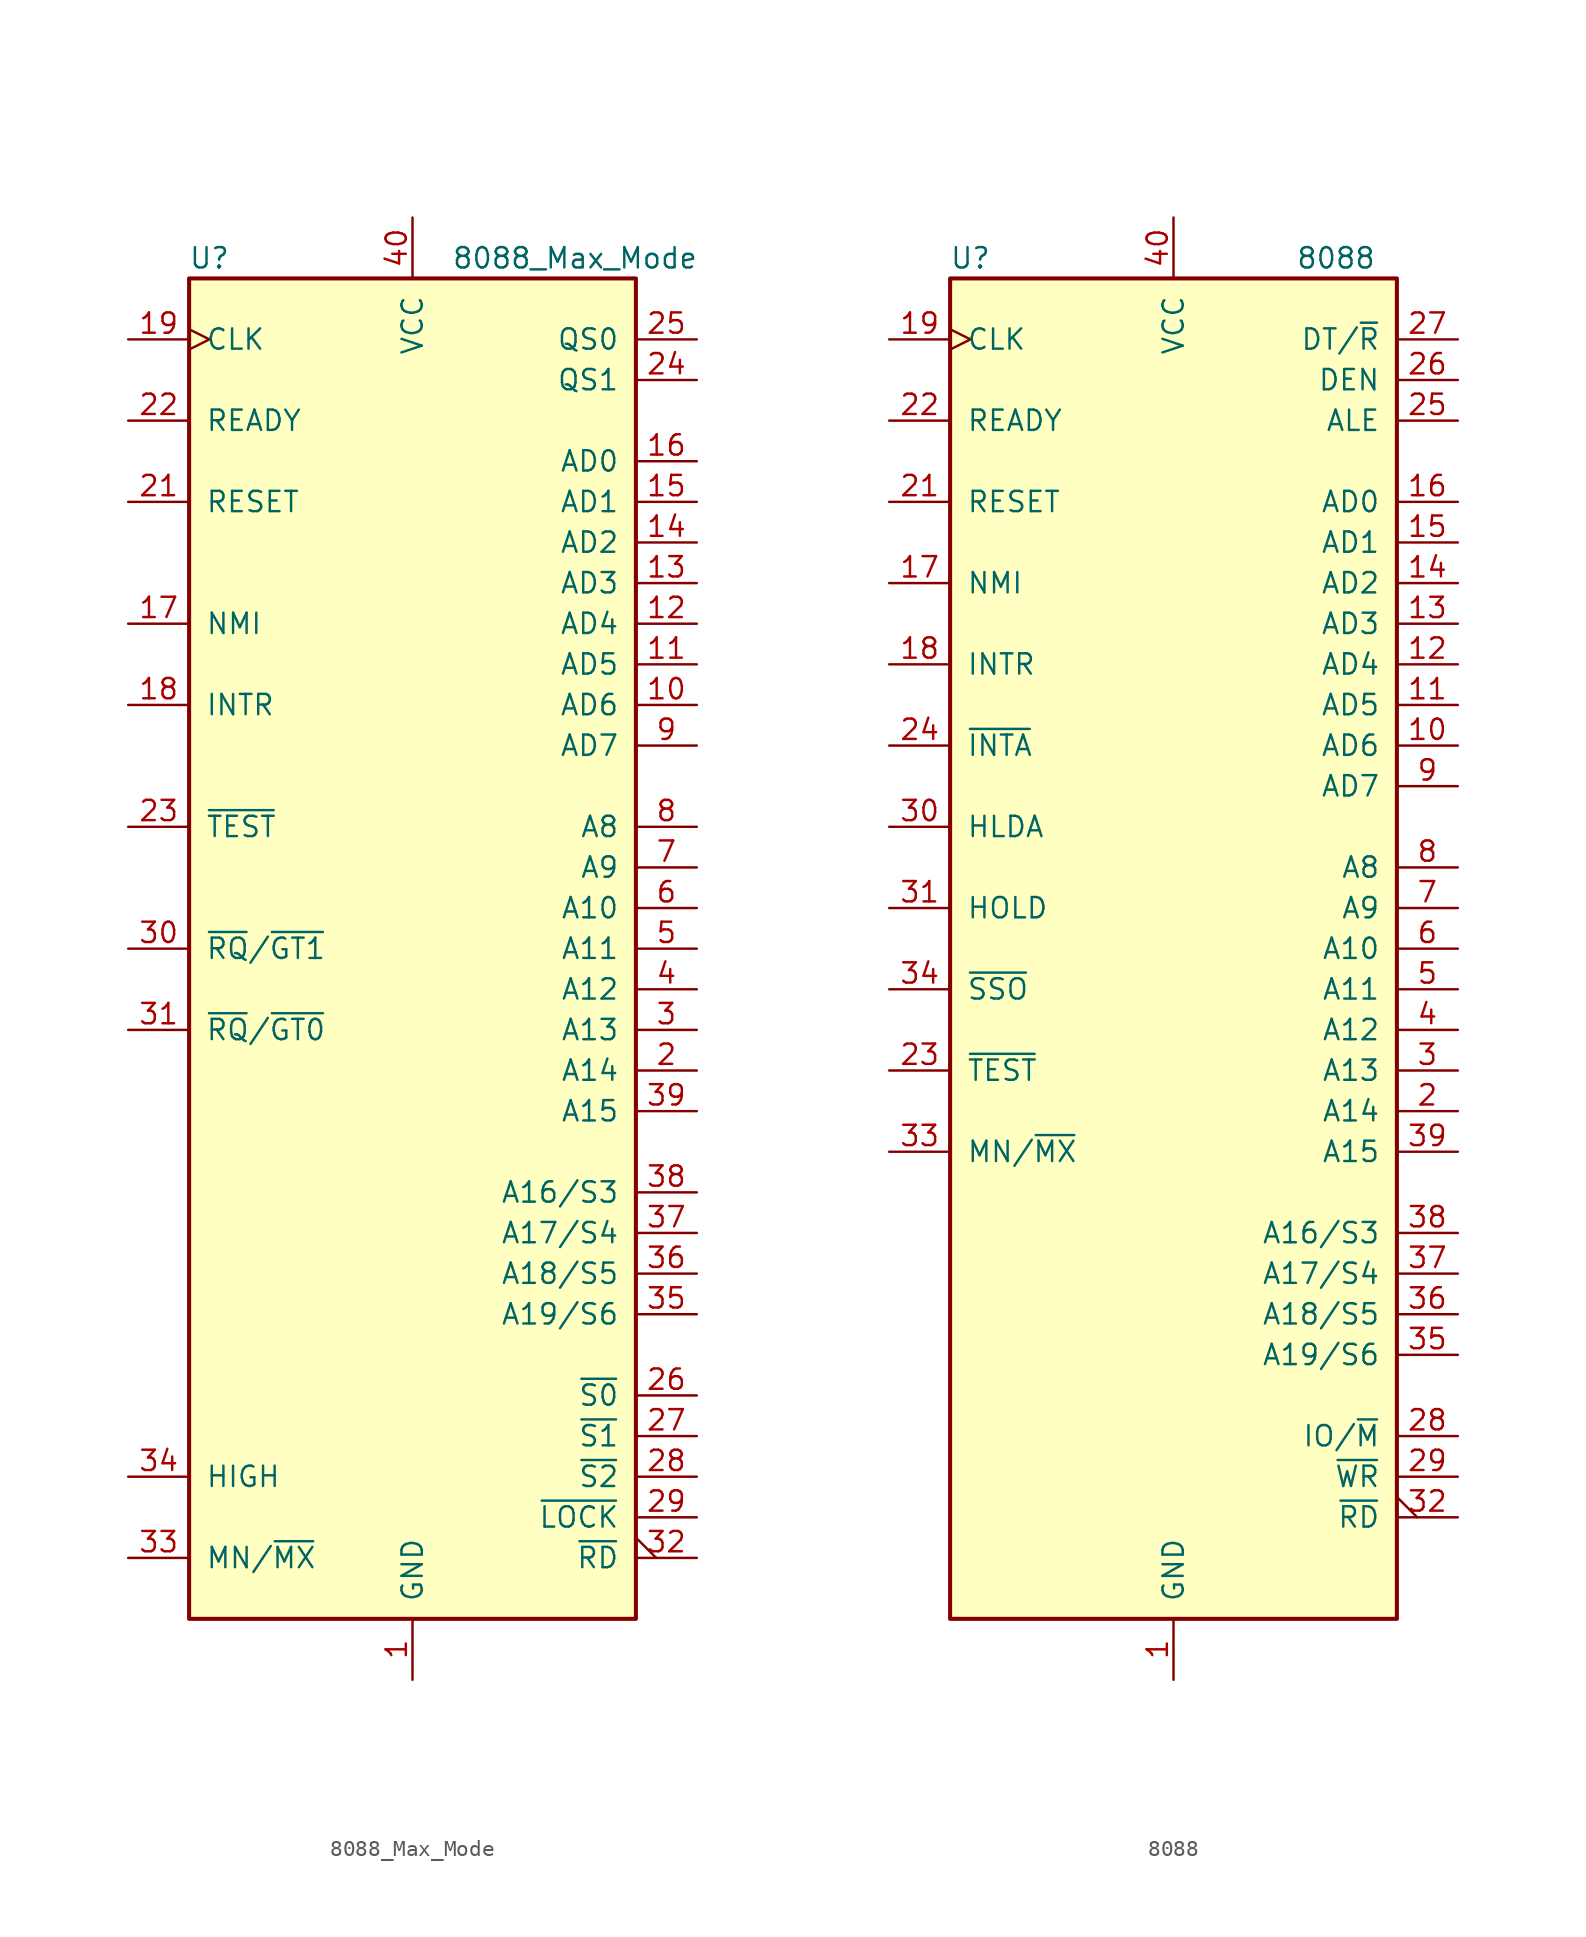
<source format=kicad_sym>
(kicad_symbol_lib
  (version 20241209)
  (generator "kicad_symbol_editor")
  (generator_version "9.0")
  (symbol "8088_Max_Mode"
    (pin_names
      (offset 1.016))
    (property "Reference" "U"
      (at -12.7 43.18 0)
      (effects (font (size 1.27 1.27))))
    (property "Value" "8088_Max_Mode"
      (at 10.16 43.18 0)
      (effects (font (size 1.27 1.27))))
    (symbol "8088_Max_Mode_0_1"
      (rectangle (start 13.97 -41.91) (end -13.97 41.91) (stroke (width 0.254) (type default)) (fill (type background))))
    (symbol "8088_Max_Mode_1_1"
      (pin input clock (at -17.78 38.1 0) (length 3.81) (name "CLK" (effects (font (size 1.27 1.27)))) (number "19" (effects (font (size 1.27 1.27)))))
      (pin input line (at -17.78 33.02 0) (length 3.81) (name "READY" (effects (font (size 1.27 1.27)))) (number "22" (effects (font (size 1.27 1.27)))))
      (pin input line (at -17.78 27.94 0) (length 3.81) (name "RESET" (effects (font (size 1.27 1.27)))) (number "21" (effects (font (size 1.27 1.27)))))
      (pin input line (at -17.78 20.32 0) (length 3.81) (name "NMI" (effects (font (size 1.27 1.27)))) (number "17" (effects (font (size 1.27 1.27)))))
      (pin input line (at -17.78 15.24 0) (length 3.81) (name "INTR" (effects (font (size 1.27 1.27)))) (number "18" (effects (font (size 1.27 1.27)))))
      (pin input line (at -17.78 7.62 0) (length 3.81) (name "~{TEST}" (effects (font (size 1.27 1.27)))) (number "23" (effects (font (size 1.27 1.27)))))
      (pin bidirectional line (at -17.78 0 0) (length 3.81) (name "~{RQ}/~{GT1}" (effects (font (size 1.27 1.27)))) (number "30" (effects (font (size 1.27 1.27)))))
      (pin bidirectional line (at -17.78 -5.08 0) (length 3.81) (name "~{RQ}/~{GT0}" (effects (font (size 1.27 1.27)))) (number "31" (effects (font (size 1.27 1.27)))))
      (pin output line (at -17.78 -33.02 0) (length 3.81) (name "HIGH" (effects (font (size 1.27 1.27)))) (number "34" (effects (font (size 1.27 1.27)))))
      (pin input line (at -17.78 -38.1 0) (length 3.81) (name "MN/~{MX}" (effects (font (size 1.27 1.27)))) (number "33" (effects (font (size 1.27 1.27)))))
      (pin power_in line (at 0 45.72 270) (length 3.81) (name "VCC" (effects (font (size 1.27 1.27)))) (number "40" (effects (font (size 1.27 1.27)))))
      (pin power_in line (at 0 -45.72 90) (length 3.81) (name "GND" (effects (font (size 1.27 1.27)))) (number "1" (effects (font (size 1.27 1.27)))))
      (pin passive line (at 0 -45.72 90) (length 3.81) (hide yes) (name "GND" (effects (font (size 1.27 1.27)))) (number "20" (effects (font (size 1.27 1.27)))))
      (pin output line (at 17.78 38.1 180) (length 3.81) (name "QS0" (effects (font (size 1.27 1.27)))) (number "25" (effects (font (size 1.27 1.27)))))
      (pin output line (at 17.78 35.56 180) (length 3.81) (name "QS1" (effects (font (size 1.27 1.27)))) (number "24" (effects (font (size 1.27 1.27)))))
      (pin bidirectional line (at 17.78 30.48 180) (length 3.81) (name "AD0" (effects (font (size 1.27 1.27)))) (number "16" (effects (font (size 1.27 1.27)))))
      (pin bidirectional line (at 17.78 27.94 180) (length 3.81) (name "AD1" (effects (font (size 1.27 1.27)))) (number "15" (effects (font (size 1.27 1.27)))))
      (pin bidirectional line (at 17.78 25.4 180) (length 3.81) (name "AD2" (effects (font (size 1.27 1.27)))) (number "14" (effects (font (size 1.27 1.27)))))
      (pin bidirectional line (at 17.78 22.86 180) (length 3.81) (name "AD3" (effects (font (size 1.27 1.27)))) (number "13" (effects (font (size 1.27 1.27)))))
      (pin bidirectional line (at 17.78 20.32 180) (length 3.81) (name "AD4" (effects (font (size 1.27 1.27)))) (number "12" (effects (font (size 1.27 1.27)))))
      (pin bidirectional line (at 17.78 17.78 180) (length 3.81) (name "AD5" (effects (font (size 1.27 1.27)))) (number "11" (effects (font (size 1.27 1.27)))))
      (pin bidirectional line (at 17.78 15.24 180) (length 3.81) (name "AD6" (effects (font (size 1.27 1.27)))) (number "10" (effects (font (size 1.27 1.27)))))
      (pin bidirectional line (at 17.78 12.7 180) (length 3.81) (name "AD7" (effects (font (size 1.27 1.27)))) (number "9" (effects (font (size 1.27 1.27)))))
      (pin output line (at 17.78 7.62 180) (length 3.81) (name "A8" (effects (font (size 1.27 1.27)))) (number "8" (effects (font (size 1.27 1.27)))))
      (pin output line (at 17.78 5.08 180) (length 3.81) (name "A9" (effects (font (size 1.27 1.27)))) (number "7" (effects (font (size 1.27 1.27)))))
      (pin output line (at 17.78 2.54 180) (length 3.81) (name "A10" (effects (font (size 1.27 1.27)))) (number "6" (effects (font (size 1.27 1.27)))))
      (pin output line (at 17.78 0 180) (length 3.81) (name "A11" (effects (font (size 1.27 1.27)))) (number "5" (effects (font (size 1.27 1.27)))))
      (pin output line (at 17.78 -2.54 180) (length 3.81) (name "A12" (effects (font (size 1.27 1.27)))) (number "4" (effects (font (size 1.27 1.27)))))
      (pin output line (at 17.78 -5.08 180) (length 3.81) (name "A13" (effects (font (size 1.27 1.27)))) (number "3" (effects (font (size 1.27 1.27)))))
      (pin output line (at 17.78 -7.62 180) (length 3.81) (name "A14" (effects (font (size 1.27 1.27)))) (number "2" (effects (font (size 1.27 1.27)))))
      (pin output line (at 17.78 -10.16 180) (length 3.81) (name "A15" (effects (font (size 1.27 1.27)))) (number "39" (effects (font (size 1.27 1.27)))))
      (pin output line (at 17.78 -15.24 180) (length 3.81) (name "A16/S3" (effects (font (size 1.27 1.27)))) (number "38" (effects (font (size 1.27 1.27)))))
      (pin output line (at 17.78 -17.78 180) (length 3.81) (name "A17/S4" (effects (font (size 1.27 1.27)))) (number "37" (effects (font (size 1.27 1.27)))))
      (pin output line (at 17.78 -20.32 180) (length 3.81) (name "A18/S5" (effects (font (size 1.27 1.27)))) (number "36" (effects (font (size 1.27 1.27)))))
      (pin output line (at 17.78 -22.86 180) (length 3.81) (name "A19/S6" (effects (font (size 1.27 1.27)))) (number "35" (effects (font (size 1.27 1.27)))))
      (pin output line (at 17.78 -27.94 180) (length 3.81) (name "~{S0}" (effects (font (size 1.27 1.27)))) (number "26" (effects (font (size 1.27 1.27)))))
      (pin output line (at 17.78 -30.48 180) (length 3.81) (name "~{S1}" (effects (font (size 1.27 1.27)))) (number "27" (effects (font (size 1.27 1.27)))))
      (pin output line (at 17.78 -33.02 180) (length 3.81) (name "~{S2}" (effects (font (size 1.27 1.27)))) (number "28" (effects (font (size 1.27 1.27)))))
      (pin output line (at 17.78 -35.56 180) (length 3.81) (name "~{LOCK}" (effects (font (size 1.27 1.27)))) (number "29" (effects (font (size 1.27 1.27)))))
      (pin output output_low (at 17.78 -38.1 180) (length 3.81) (name "~{RD}" (effects (font (size 1.27 1.27)))) (number "32" (effects (font (size 1.27 1.27)))))))
  (symbol "8088"
    (pin_names
      (offset 1.016))
    (property "Reference" "U"
      (at -12.7 43.18 0)
      (effects (font (size 1.27 1.27))))
    (property "Value" "8088"
      (at 10.16 43.18 0)
      (effects (font (size 1.27 1.27))))
    (symbol "8088_0_1"
      (rectangle (start 13.97 -41.91) (end -13.97 41.91) (stroke (width 0.254) (type default)) (fill (type background))))
    (symbol "8088_1_1"
      (pin input clock (at -17.78 38.1 0) (length 3.81) (name "CLK" (effects (font (size 1.27 1.27)))) (number "19" (effects (font (size 1.27 1.27)))))
      (pin input line (at -17.78 33.02 0) (length 3.81) (name "READY" (effects (font (size 1.27 1.27)))) (number "22" (effects (font (size 1.27 1.27)))))
      (pin input line (at -17.78 27.94 0) (length 3.81) (name "RESET" (effects (font (size 1.27 1.27)))) (number "21" (effects (font (size 1.27 1.27)))))
      (pin input line (at -17.78 22.86 0) (length 3.81) (name "NMI" (effects (font (size 1.27 1.27)))) (number "17" (effects (font (size 1.27 1.27)))))
      (pin input line (at -17.78 17.78 0) (length 3.81) (name "INTR" (effects (font (size 1.27 1.27)))) (number "18" (effects (font (size 1.27 1.27)))))
      (pin output line (at -17.78 12.7 0) (length 3.81) (name "~{INTA}" (effects (font (size 1.27 1.27)))) (number "24" (effects (font (size 1.27 1.27)))))
      (pin output line (at -17.78 7.62 0) (length 3.81) (name "HLDA" (effects (font (size 1.27 1.27)))) (number "30" (effects (font (size 1.27 1.27)))))
      (pin input line (at -17.78 2.54 0) (length 3.81) (name "HOLD" (effects (font (size 1.27 1.27)))) (number "31" (effects (font (size 1.27 1.27)))))
      (pin output line (at -17.78 -2.54 0) (length 3.81) (name "~{SSO}" (effects (font (size 1.27 1.27)))) (number "34" (effects (font (size 1.27 1.27)))))
      (pin input line (at -17.78 -7.62 0) (length 3.81) (name "~{TEST}" (effects (font (size 1.27 1.27)))) (number "23" (effects (font (size 1.27 1.27)))))
      (pin input line (at -17.78 -12.7 0) (length 3.81) (name "MN/~{MX}" (effects (font (size 1.27 1.27)))) (number "33" (effects (font (size 1.27 1.27)))))
      (pin power_in line (at 0 45.72 270) (length 3.81) (name "VCC" (effects (font (size 1.27 1.27)))) (number "40" (effects (font (size 1.27 1.27)))))
      (pin power_in line (at 0 -45.72 90) (length 3.81) (name "GND" (effects (font (size 1.27 1.27)))) (number "1" (effects (font (size 1.27 1.27)))))
      (pin passive line (at 0 -45.72 90) (length 3.81) (hide yes) (name "GND" (effects (font (size 1.27 1.27)))) (number "20" (effects (font (size 1.27 1.27)))))
      (pin output line (at 17.78 38.1 180) (length 3.81) (name "DT/~{R}" (effects (font (size 1.27 1.27)))) (number "27" (effects (font (size 1.27 1.27)))))
      (pin output line (at 17.78 35.56 180) (length 3.81) (name "DEN" (effects (font (size 1.27 1.27)))) (number "26" (effects (font (size 1.27 1.27)))))
      (pin output line (at 17.78 33.02 180) (length 3.81) (name "ALE" (effects (font (size 1.27 1.27)))) (number "25" (effects (font (size 1.27 1.27)))))
      (pin bidirectional line (at 17.78 27.94 180) (length 3.81) (name "AD0" (effects (font (size 1.27 1.27)))) (number "16" (effects (font (size 1.27 1.27)))))
      (pin bidirectional line (at 17.78 25.4 180) (length 3.81) (name "AD1" (effects (font (size 1.27 1.27)))) (number "15" (effects (font (size 1.27 1.27)))))
      (pin bidirectional line (at 17.78 22.86 180) (length 3.81) (name "AD2" (effects (font (size 1.27 1.27)))) (number "14" (effects (font (size 1.27 1.27)))))
      (pin bidirectional line (at 17.78 20.32 180) (length 3.81) (name "AD3" (effects (font (size 1.27 1.27)))) (number "13" (effects (font (size 1.27 1.27)))))
      (pin bidirectional line (at 17.78 17.78 180) (length 3.81) (name "AD4" (effects (font (size 1.27 1.27)))) (number "12" (effects (font (size 1.27 1.27)))))
      (pin bidirectional line (at 17.78 15.24 180) (length 3.81) (name "AD5" (effects (font (size 1.27 1.27)))) (number "11" (effects (font (size 1.27 1.27)))))
      (pin bidirectional line (at 17.78 12.7 180) (length 3.81) (name "AD6" (effects (font (size 1.27 1.27)))) (number "10" (effects (font (size 1.27 1.27)))))
      (pin bidirectional line (at 17.78 10.16 180) (length 3.81) (name "AD7" (effects (font (size 1.27 1.27)))) (number "9" (effects (font (size 1.27 1.27)))))
      (pin output line (at 17.78 5.08 180) (length 3.81) (name "A8" (effects (font (size 1.27 1.27)))) (number "8" (effects (font (size 1.27 1.27)))))
      (pin output line (at 17.78 2.54 180) (length 3.81) (name "A9" (effects (font (size 1.27 1.27)))) (number "7" (effects (font (size 1.27 1.27)))))
      (pin output line (at 17.78 0 180) (length 3.81) (name "A10" (effects (font (size 1.27 1.27)))) (number "6" (effects (font (size 1.27 1.27)))))
      (pin output line (at 17.78 -2.54 180) (length 3.81) (name "A11" (effects (font (size 1.27 1.27)))) (number "5" (effects (font (size 1.27 1.27)))))
      (pin output line (at 17.78 -5.08 180) (length 3.81) (name "A12" (effects (font (size 1.27 1.27)))) (number "4" (effects (font (size 1.27 1.27)))))
      (pin output line (at 17.78 -7.62 180) (length 3.81) (name "A13" (effects (font (size 1.27 1.27)))) (number "3" (effects (font (size 1.27 1.27)))))
      (pin output line (at 17.78 -10.16 180) (length 3.81) (name "A14" (effects (font (size 1.27 1.27)))) (number "2" (effects (font (size 1.27 1.27)))))
      (pin output line (at 17.78 -12.7 180) (length 3.81) (name "A15" (effects (font (size 1.27 1.27)))) (number "39" (effects (font (size 1.27 1.27)))))
      (pin output line (at 17.78 -17.78 180) (length 3.81) (name "A16/S3" (effects (font (size 1.27 1.27)))) (number "38" (effects (font (size 1.27 1.27)))))
      (pin output line (at 17.78 -20.32 180) (length 3.81) (name "A17/S4" (effects (font (size 1.27 1.27)))) (number "37" (effects (font (size 1.27 1.27)))))
      (pin output line (at 17.78 -22.86 180) (length 3.81) (name "A18/S5" (effects (font (size 1.27 1.27)))) (number "36" (effects (font (size 1.27 1.27)))))
      (pin output line (at 17.78 -25.4 180) (length 3.81) (name "A19/S6" (effects (font (size 1.27 1.27)))) (number "35" (effects (font (size 1.27 1.27)))))
      (pin output line (at 17.78 -30.48 180) (length 3.81) (name "IO/~{M}" (effects (font (size 1.27 1.27)))) (number "28" (effects (font (size 1.27 1.27)))))
      (pin output line (at 17.78 -33.02 180) (length 3.81) (name "~{WR}" (effects (font (size 1.27 1.27)))) (number "29" (effects (font (size 1.27 1.27)))))
      (pin output output_low (at 17.78 -35.56 180) (length 3.81) (name "~{RD}" (effects (font (size 1.27 1.27)))) (number "32" (effects (font (size 1.27 1.27))))))))
</source>
